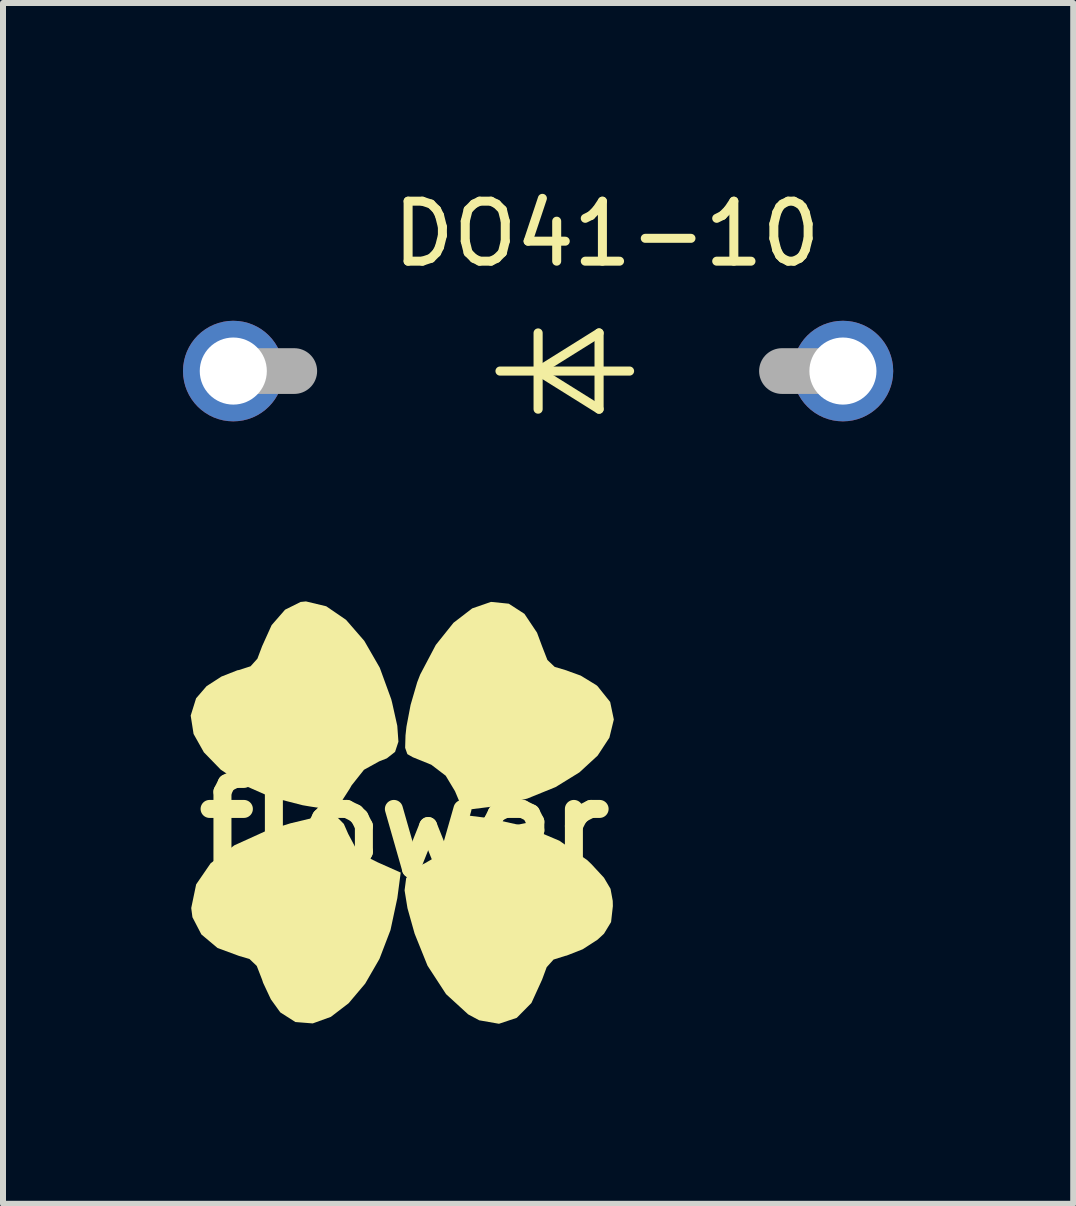
<source format=kicad_pcb>
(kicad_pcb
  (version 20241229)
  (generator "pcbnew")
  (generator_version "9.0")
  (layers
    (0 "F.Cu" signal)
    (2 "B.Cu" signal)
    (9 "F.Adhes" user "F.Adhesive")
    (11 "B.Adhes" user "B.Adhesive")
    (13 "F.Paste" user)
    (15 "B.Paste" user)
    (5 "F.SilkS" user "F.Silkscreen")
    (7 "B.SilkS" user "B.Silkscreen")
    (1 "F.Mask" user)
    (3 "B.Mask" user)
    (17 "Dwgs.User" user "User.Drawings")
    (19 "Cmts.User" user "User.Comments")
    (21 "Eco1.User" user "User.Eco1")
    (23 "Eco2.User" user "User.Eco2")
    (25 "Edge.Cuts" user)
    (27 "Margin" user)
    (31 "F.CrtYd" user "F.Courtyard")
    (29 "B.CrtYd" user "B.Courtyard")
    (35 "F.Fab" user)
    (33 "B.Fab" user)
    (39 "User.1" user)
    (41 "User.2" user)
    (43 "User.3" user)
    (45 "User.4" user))
  (footprint "flower"
    (layer "F.Cu")
    (at 3.693 10.753)
    (property "Reference" "flower" (at 0 0 0) (layer "F.SilkS") (effects (font (size 1.5 1.5) (thickness 0.3))))
    (attr board_only exclude_from_pos_files exclude_from_bom)
    (fp_poly (pts (xy -1.114 -0.174) (xy -1.013 -0.072) (xy -0.94 0.094) (xy -0.82 0.32) (xy -0.621 0.482) (xy -0.447 0.569) (xy -0.065 0.739) (xy -0.121 1.164) (xy -0.235 1.697) (xy -0.419 2.178) (xy -0.657 2.59) (xy -0.933 2.917) (xy -1.229 3.144) (xy -1.531 3.253) (xy -1.82 3.23) (xy -2.072 3.069) (xy -2.229 2.851) (xy -2.358 2.576) (xy -2.375 2.524) (xy -2.464 2.295) (xy -2.586 2.179) (xy -2.76 2.128) (xy -3.118 1.996) (xy -3.387 1.77) (xy -3.536 1.483) (xy -3.556 1.33) (xy -3.474 0.936) (xy -3.233 0.585) (xy -2.838 0.285) (xy -2.294 0.038) (xy -1.902 -0.082) (xy -1.524 -0.173) (xy -1.273 -0.206)) (stroke (width 0) (type solid)) (fill yes) (layer "F.SilkS"))
    (fp_poly (pts (xy 1.736 -3.742) (xy 1.997 -3.573) (xy 2.207 -3.259) (xy 2.291 -3.033) (xy 2.38 -2.804) (xy 2.501 -2.689) (xy 2.676 -2.637) (xy 2.934 -2.544) (xy 3.19 -2.388) (xy 3.215 -2.368) (xy 3.426 -2.104) (xy 3.487 -1.812) (xy 3.413 -1.509) (xy 3.217 -1.21) (xy 2.914 -0.931) (xy 2.517 -0.686) (xy 2.042 -0.493) (xy 1.502 -0.367) (xy 1.397 -0.352) (xy 0.974 -0.299) (xy 0.84 -0.617) (xy 0.685 -0.875) (xy 0.445 -1.058) (xy 0.137 -1.183) (xy 0.046 -1.235) (xy 0.009 -1.34) (xy 0.015 -1.546) (xy 0.031 -1.693) (xy 0.1 -2.056) (xy 0.21 -2.433) (xy 0.26 -2.562) (xy 0.52 -3.055) (xy 0.815 -3.424) (xy 1.127 -3.664) (xy 1.44 -3.772)) (stroke (width 0) (type solid)) (fill yes) (layer "F.SilkS"))
    (fp_poly (pts (xy 1.383 -0.171) (xy 2.01 -0.033) (xy 2.579 0.208) (xy 3.044 0.532) (xy 3.111 0.596) (xy 3.323 0.825) (xy 3.432 1.01) (xy 3.469 1.211) (xy 3.471 1.298) (xy 3.441 1.564) (xy 3.323 1.758) (xy 3.215 1.858) (xy 2.967 2.018) (xy 2.702 2.122) (xy 2.676 2.128) (xy 2.482 2.189) (xy 2.368 2.316) (xy 2.291 2.524) (xy 2.114 2.912) (xy 1.869 3.16) (xy 1.573 3.259) (xy 1.243 3.201) (xy 1.059 3.102) (xy 0.691 2.765) (xy 0.382 2.291) (xy 0.167 1.757) (xy 0.048 1.333) (xy -0.000379 1.035) (xy 0.026 0.832) (xy 0.132 0.694) (xy 0.322 0.591) (xy 0.335 0.586) (xy 0.613 0.424) (xy 0.796 0.171) (xy 0.822 0.115) (xy 0.974 -0.222)) (stroke (width 0) (type solid)) (fill yes) (layer "F.SilkS"))
    (fp_poly (pts (xy -1.306 -3.699) (xy -0.976 -3.473) (xy -0.672 -3.123) (xy -0.414 -2.675) (xy -0.223 -2.151) (xy -0.209 -2.097) (xy -0.122 -1.707) (xy -0.103 -1.442) (xy -0.159 -1.272) (xy -0.297 -1.164) (xy -0.422 -1.115) (xy -0.677 -0.974) (xy -0.884 -0.713) (xy -0.915 -0.658) (xy -1.049 -0.45) (xy -1.169 -0.324) (xy -1.213 -0.307) (xy -1.352 -0.327) (xy -1.587 -0.364) (xy -1.698 -0.383) (xy -2.226 -0.518) (xy -2.686 -0.721) (xy -3.064 -0.976) (xy -3.345 -1.265) (xy -3.517 -1.571) (xy -3.565 -1.877) (xy -3.475 -2.165) (xy -3.3 -2.368) (xy -3.052 -2.528) (xy -2.787 -2.632) (xy -2.76 -2.637) (xy -2.567 -2.699) (xy -2.453 -2.826) (xy -2.375 -3.033) (xy -2.216 -3.385) (xy -1.992 -3.642) (xy -1.733 -3.771) (xy -1.644 -3.78)) (stroke (width 0) (type solid)) (fill yes) (layer "F.SilkS")))
  (footprint "DO41-10"
    (layer "F.Cu")
    (at 5.918 3.134)
    (property "Reference" "DO41-10" (at 1.143 -2.286 0) (layer "F.SilkS") (effects (font (size 1 1) (thickness 0.15))))
    (attr through_hole)
    (fp_line (start -0.635 0) (end 0 0) (stroke (width 0.152) (type solid)) (layer "F.SilkS"))
    (fp_line (start 0 -0.635) (end 0 0) (stroke (width 0.152) (type solid)) (layer "F.SilkS"))
    (fp_line (start 0 0) (end 0 0.635) (stroke (width 0.152) (type solid)) (layer "F.SilkS"))
    (fp_line (start 0 0) (end 1.016 -0.635) (stroke (width 0.152) (type solid)) (layer "F.SilkS"))
    (fp_line (start 0 0) (end 1.524 0) (stroke (width 0.152) (type solid)) (layer "F.SilkS"))
    (fp_line (start 1.016 -0.635) (end 1.016 0.635) (stroke (width 0.152) (type solid)) (layer "F.SilkS"))
    (fp_line (start 1.016 0.635) (end 0 0) (stroke (width 0.152) (type solid)) (layer "F.SilkS"))
    (fp_line (start -5.08 0) (end -4.064 0) (stroke (width 0.762) (type solid)) (layer "F.Fab"))
    (fp_line (start 5.08 0) (end 4.064 0) (stroke (width 0.762) (type solid)) (layer "F.Fab"))
    (pad "A" thru_hole circle (at 5.08 0) (size 1.676 1.676) (drill 1.118) (layers "*.Cu" "*.Mask"))
    (pad "C" thru_hole circle (at -5.08 0) (size 1.676 1.676) (drill 1.118) (layers "*.Cu" "*.Mask")))
  (gr_rect
    (start -3 -3)
    (end 14.836 17.012)
    (stroke (width 0.1) (type default))
    (fill no)
    (layer "Edge.Cuts")))
</source>
